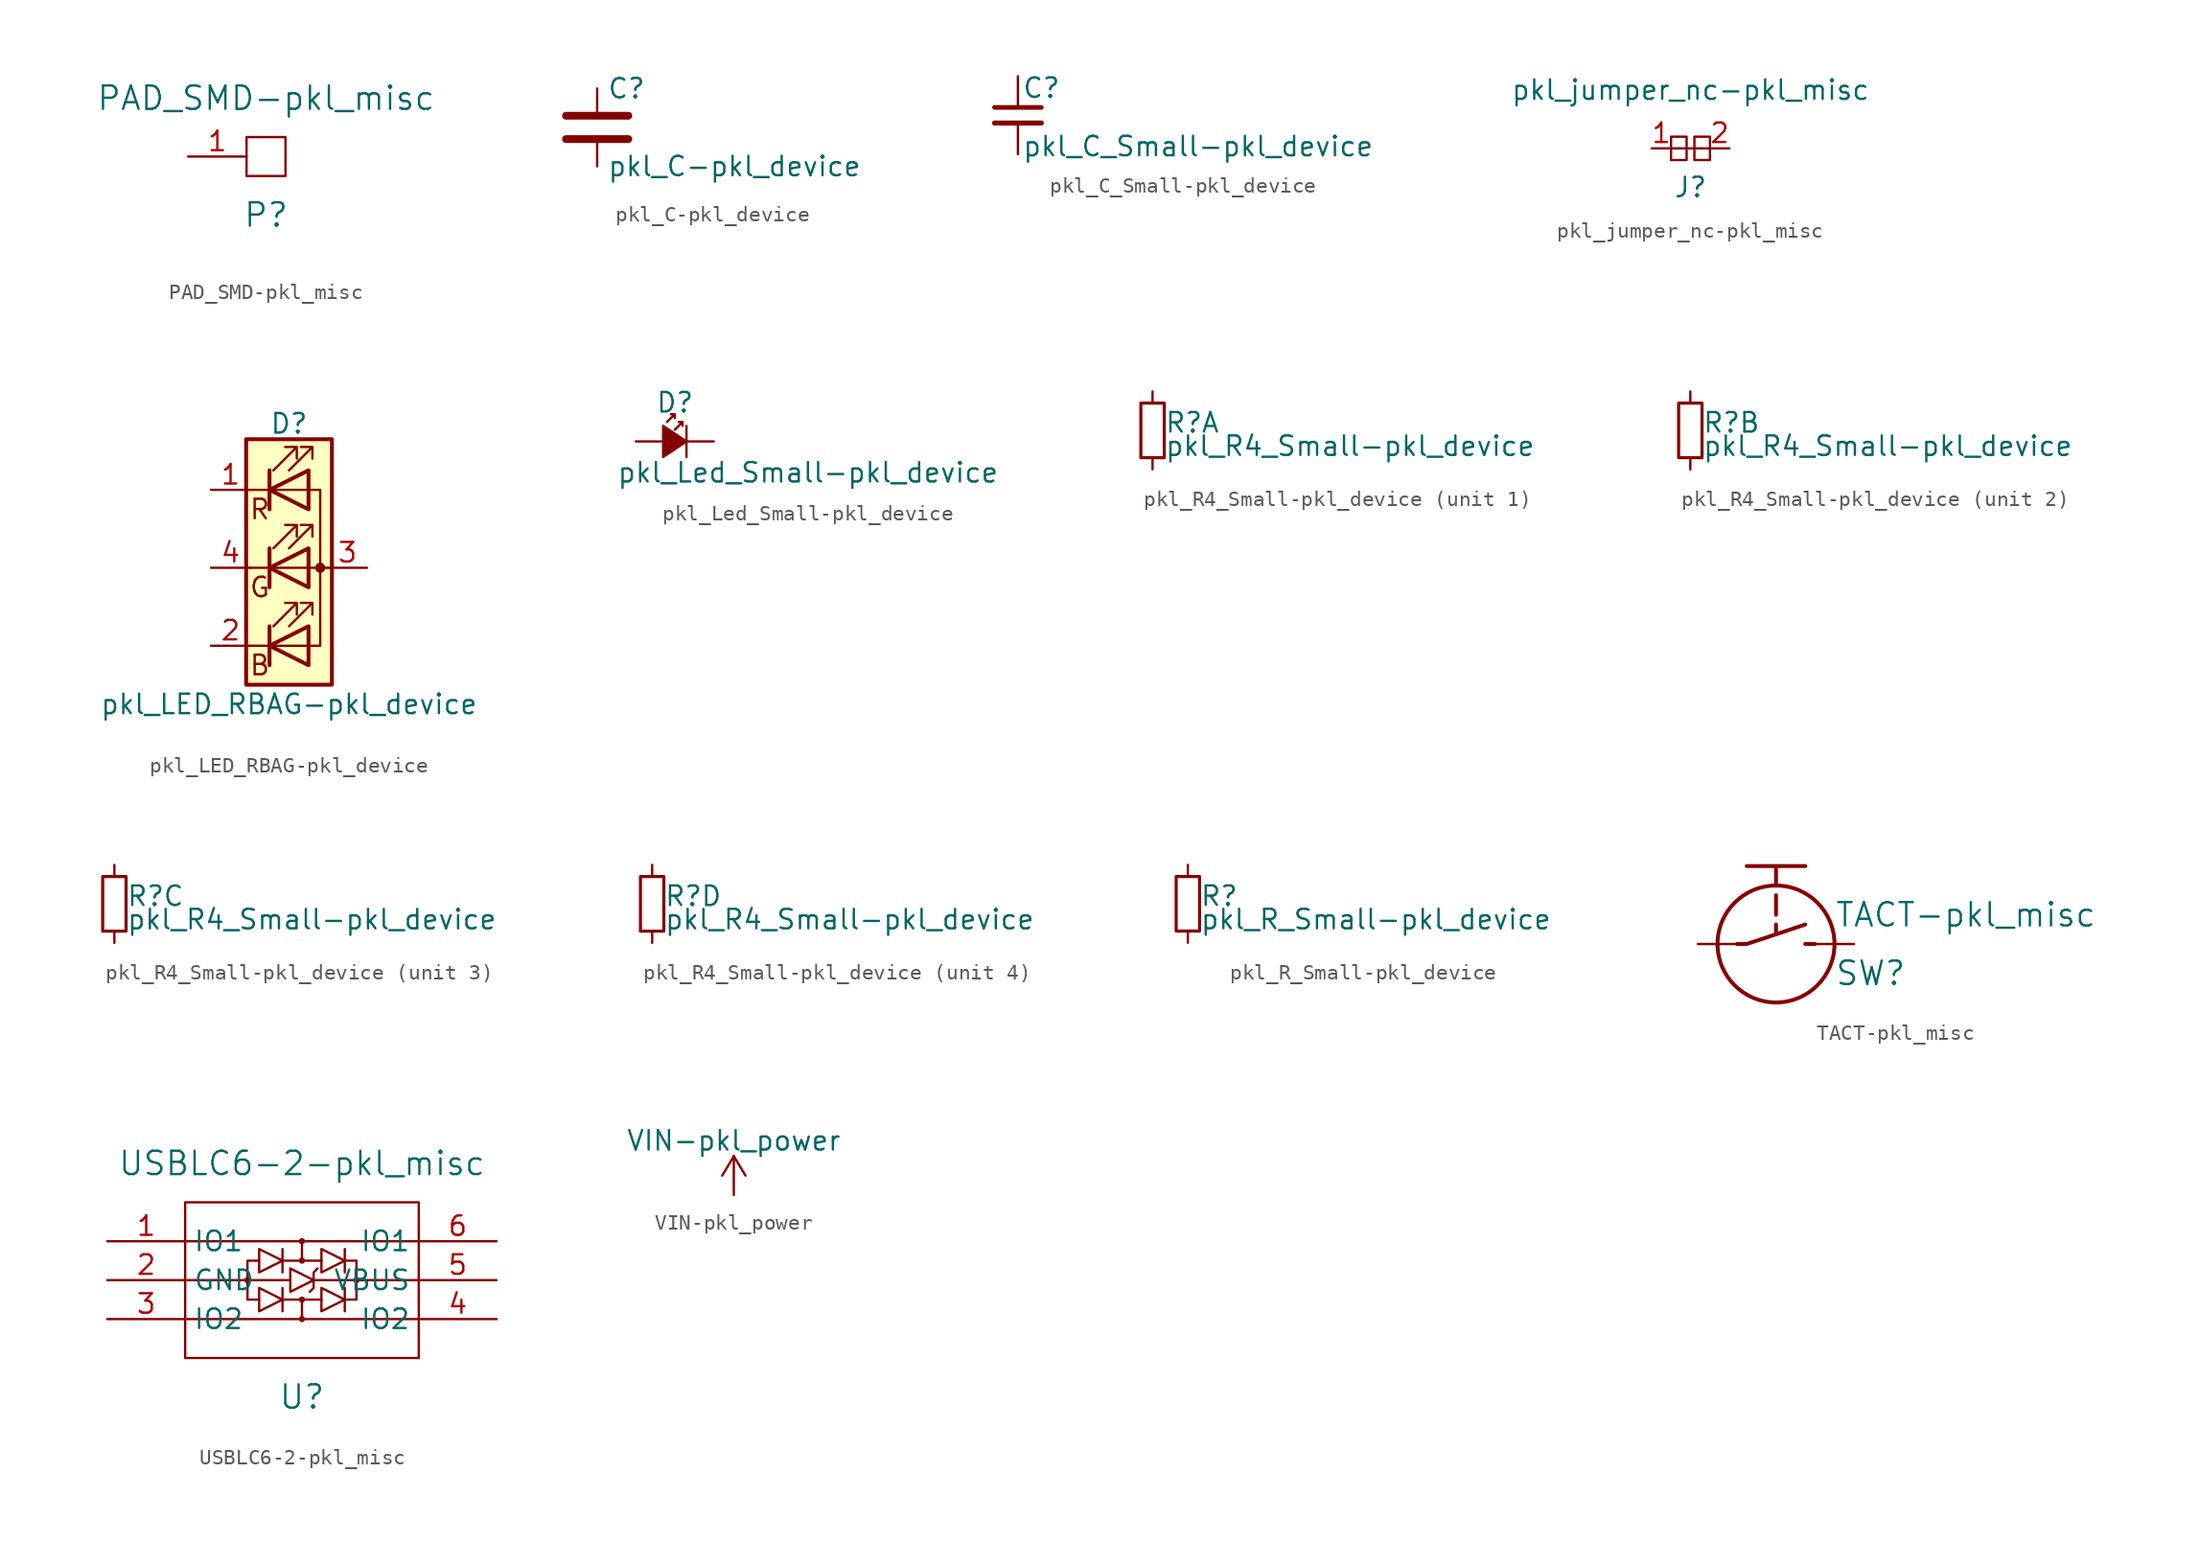
<source format=kicad_sym>
(kicad_symbol_lib
  (version 20201005)
  (generator kicad_symbol_editor)
  (symbol "led-clock:PAD_SMD-pkl_misc"
    (pin_names hide)
    (property "Reference" "P"
      (at 0 -3.81 0)
      (effects (font (size 1.524 1.524))))
    (property "Value" "PAD_SMD-pkl_misc"
      (at 0 3.81 0)
      (effects (font (size 1.524 1.524))))
    (property "Footprint" ""
      (at 0 -6.35 0)
      (effects (font (size 1.524 1.524))))
    (property "Datasheet" ""
      (at 0 -3.81 0)
      (effects (font (size 1.524 1.524))))
    (symbol "PAD_SMD-pkl_misc_0_1"
      (rectangle (start -1.27 1.27) (end 1.27 -1.27) (stroke (width 0)) (fill (type none))))
    (symbol "PAD_SMD-pkl_misc_1_1"
      (pin input line (at -5.08 0 0) (length 3.81) (name "PAD" (effects (font (size 1.27 1.27)))) (number "1" (effects (font (size 1.27 1.27)))))))
  (symbol "led-clock:pkl_C-pkl_device"
    (pin_numbers hide)
    (pin_names
      (offset 0.254))
    (property "Reference" "C"
      (at 0.635 2.54 0)
      (effects (font (size 1.27 1.27)) (justify left)))
    (property "Value" "pkl_C-pkl_device"
      (at 0.635 -2.54 0)
      (effects (font (size 1.27 1.27)) (justify left)))
    (property "Footprint" ""
      (at 0.965 -3.81 0)
      (effects (font (size 0.762 0.762))))
    (property "Datasheet" ""
      (at 0 0 0)
      (effects (font (size 1.524 1.524))))
    (symbol "pkl_C-pkl_device_0_1"
      (polyline (pts (xy -2.032 -0.762) (xy 2.032 -0.762)) (stroke (width 0.508)) (fill (type none)))
      (polyline (pts (xy -2.032 0.762) (xy 2.032 0.762)) (stroke (width 0.508)) (fill (type none))))
    (symbol "pkl_C-pkl_device_1_1"
      (pin passive line (at 0 2.54 270) (length 1.524) (name "~" (effects (font (size 1.016 1.016)))) (number "1" (effects (font (size 1.016 1.016)))))
      (pin passive line (at 0 -2.54 90) (length 1.524) (name "~" (effects (font (size 1.016 1.016)))) (number "2" (effects (font (size 1.016 1.016)))))))
  (symbol "led-clock:pkl_C_Small-pkl_device"
    (pin_numbers hide)
    (pin_names
      (offset 0.254) hide)
    (property "Reference" "C"
      (at 0.254 1.778 0)
      (effects (font (size 1.27 1.27)) (justify left)))
    (property "Value" "pkl_C_Small-pkl_device"
      (at 0.254 -2.032 0)
      (effects (font (size 1.27 1.27)) (justify left)))
    (property "Footprint" ""
      (at 0 0 0)
      (effects (font (size 1.524 1.524))))
    (property "Datasheet" ""
      (at 0 0 0)
      (effects (font (size 1.524 1.524))))
    (symbol "pkl_C_Small-pkl_device_0_1"
      (polyline (pts (xy -1.524 -0.508) (xy 1.524 -0.508)) (stroke (width 0.33)) (fill (type none)))
      (polyline (pts (xy -1.524 0.508) (xy 1.524 0.508)) (stroke (width 0.305)) (fill (type none))))
    (symbol "pkl_C_Small-pkl_device_1_1"
      (pin passive line (at 0 2.54 270) (length 1.905) (name "~" (effects (font (size 1.016 1.016)))) (number "1" (effects (font (size 1.016 1.016)))))
      (pin passive line (at 0 -2.54 90) (length 2.032) (name "~" (effects (font (size 1.016 1.016)))) (number "2" (effects (font (size 1.016 1.016)))))))
  (symbol "led-clock:pkl_jumper_nc-pkl_misc"
    (property "Reference" "J"
      (at 0 -2.54 0)
      (effects (font (size 1.27 1.27))))
    (property "Value" "pkl_jumper_nc-pkl_misc"
      (at 0 3.81 0)
      (effects (font (size 1.27 1.27))))
    (symbol "pkl_jumper_nc-pkl_misc_0_1"
      (polyline (pts (xy -1.27 0) (xy 1.27 0)) (stroke (width 0)) (fill (type none))))
    (symbol "pkl_jumper_nc-pkl_misc_1_1"
      (rectangle (start -1.27 0.762) (end -0.254 -0.762) (stroke (width 0)) (fill (type none)))
      (rectangle (start 0.254 0.762) (end 1.27 -0.762) (stroke (width 0)) (fill (type none)))
      (pin passive line (at -2.54 0 0) (length 1.27) (name "~" (effects (font (size 1.27 1.27)))) (number "1" (effects (font (size 1.27 1.27)))))
      (pin passive line (at 2.54 0 180) (length 1.27) (name "~" (effects (font (size 1.27 1.27)))) (number "2" (effects (font (size 1.27 1.27)))))))
  (symbol "led-clock:pkl_LED_RBAG-pkl_device"
    (pin_names
      (offset 0) hide)
    (property "Reference" "D"
      (at 0 9.398 0)
      (effects (font (size 1.27 1.27))))
    (property "Value" "pkl_LED_RBAG-pkl_device"
      (at 0 -8.89 0)
      (effects (font (size 1.27 1.27))))
    (symbol "pkl_LED_RBAG-pkl_device_0_0"
      (text "B" (at -1.905 -6.35 0) (effects (font (size 1.27 1.27))))
      (text "G" (at -1.905 -1.27 0) (effects (font (size 1.27 1.27))))
      (text "R" (at -1.905 3.81 0) (effects (font (size 1.27 1.27)))))
    (symbol "pkl_LED_RBAG-pkl_device_0_1"
      (circle (center 2.032 0) (radius 0.254) (stroke (width 0)) (fill (type outline)))
      (rectangle (start 1.27 -1.27) (end 1.27 1.27) (stroke (width 0)) (fill (type none)))
      (rectangle (start 1.27 1.27) (end 1.27 1.27) (stroke (width 0)) (fill (type none)))
      (rectangle (start 1.27 3.81) (end 1.27 6.35) (stroke (width 0)) (fill (type none)))
      (rectangle (start 1.27 6.35) (end 1.27 6.35) (stroke (width 0)) (fill (type none)))
      (rectangle (start 2.794 8.382) (end -2.794 -7.62) (stroke (width 0.254)) (fill (type background)))
      (polyline (pts (xy -1.27 -5.08) (xy -2.54 -5.08)) (stroke (width 0)) (fill (type none)))
      (polyline (pts (xy -1.27 -5.08) (xy 1.27 -5.08)) (stroke (width 0)) (fill (type none)))
      (polyline (pts (xy -1.27 -3.81) (xy -1.27 -6.35)) (stroke (width 0.254)) (fill (type none)))
      (polyline (pts (xy -1.27 0) (xy -2.54 0)) (stroke (width 0)) (fill (type none)))
      (polyline (pts (xy -1.27 1.27) (xy -1.27 -1.27)) (stroke (width 0.254)) (fill (type none)))
      (polyline (pts (xy -1.27 5.08) (xy -2.54 5.08)) (stroke (width 0)) (fill (type none)))
      (polyline (pts (xy -1.27 5.08) (xy 1.27 5.08)) (stroke (width 0)) (fill (type none)))
      (polyline (pts (xy -1.27 6.35) (xy -1.27 3.81)) (stroke (width 0.254)) (fill (type none)))
      (polyline (pts (xy 1.27 0) (xy -1.27 0)) (stroke (width 0)) (fill (type none)))
      (polyline (pts (xy 1.27 0) (xy 2.54 0)) (stroke (width 0)) (fill (type none)))
      (polyline (pts (xy -1.27 1.27) (xy -1.27 -1.27) (xy -1.27 -1.27)) (stroke (width 0)) (fill (type none)))
      (polyline (pts (xy -1.27 6.35) (xy -1.27 3.81) (xy -1.27 3.81)) (stroke (width 0)) (fill (type none)))
      (polyline (pts (xy 1.27 -5.08) (xy 2.032 -5.08) (xy 2.032 5.08) (xy 1.27 5.08)) (stroke (width 0)) (fill (type none)))
      (polyline (pts (xy 1.27 -3.81) (xy 1.27 -6.35) (xy -1.27 -5.08) (xy 1.27 -3.81)) (stroke (width 0.254)) (fill (type none)))
      (polyline (pts (xy 1.27 1.27) (xy 1.27 -1.27) (xy -1.27 0) (xy 1.27 1.27)) (stroke (width 0.254)) (fill (type none)))
      (polyline (pts (xy 1.27 6.35) (xy 1.27 3.81) (xy -1.27 5.08) (xy 1.27 6.35)) (stroke (width 0.254)) (fill (type none)))
      (polyline (pts (xy -1.016 -3.81) (xy 0.508 -2.286) (xy -0.254 -2.286) (xy 0.508 -2.286) (xy 0.508 -3.048)) (stroke (width 0)) (fill (type none)))
      (polyline (pts (xy -1.016 1.27) (xy 0.508 2.794) (xy -0.254 2.794) (xy 0.508 2.794) (xy 0.508 2.032)) (stroke (width 0)) (fill (type none)))
      (polyline (pts (xy -1.016 6.35) (xy 0.508 7.874) (xy -0.254 7.874) (xy 0.508 7.874) (xy 0.508 7.112)) (stroke (width 0)) (fill (type none)))
      (polyline (pts (xy 0 -3.81) (xy 1.524 -2.286) (xy 0.762 -2.286) (xy 1.524 -2.286) (xy 1.524 -3.048)) (stroke (width 0)) (fill (type none)))
      (polyline (pts (xy 0 1.27) (xy 1.524 2.794) (xy 0.762 2.794) (xy 1.524 2.794) (xy 1.524 2.032)) (stroke (width 0)) (fill (type none)))
      (polyline (pts (xy 0 6.35) (xy 1.524 7.874) (xy 0.762 7.874) (xy 1.524 7.874) (xy 1.524 7.112)) (stroke (width 0)) (fill (type none))))
    (symbol "pkl_LED_RBAG-pkl_device_1_1"
      (pin passive line (at -5.08 5.08 0) (length 2.54) (name "RK" (effects (font (size 1.27 1.27)))) (number "1" (effects (font (size 1.27 1.27)))))
      (pin passive line (at -5.08 -5.08 0) (length 2.54) (name "BK" (effects (font (size 1.27 1.27)))) (number "2" (effects (font (size 1.27 1.27)))))
      (pin passive line (at 5.08 0 180) (length 2.54) (name "A" (effects (font (size 1.27 1.27)))) (number "3" (effects (font (size 1.27 1.27)))))
      (pin passive line (at -5.08 0 0) (length 2.54) (name "GK" (effects (font (size 1.27 1.27)))) (number "4" (effects (font (size 1.27 1.27)))))))
  (symbol "led-clock:pkl_Led_Small-pkl_device"
    (pin_numbers hide)
    (pin_names
      (offset 0.254) hide)
    (property "Reference" "D"
      (at -1.27 2.54 0)
      (effects (font (size 1.27 1.27)) (justify left)))
    (property "Value" "pkl_Led_Small-pkl_device"
      (at -3.81 -2.032 0)
      (effects (font (size 1.27 1.27)) (justify left)))
    (property "Footprint" ""
      (at 0 0 90)
      (effects (font (size 1.524 1.524))))
    (property "Datasheet" ""
      (at 0 0 90)
      (effects (font (size 1.524 1.524))))
    (symbol "pkl_Led_Small-pkl_device_0_1"
      (polyline (pts (xy 0.762 -1.016) (xy 0.762 1.016)) (stroke (width 0)) (fill (type none)))
      (polyline (pts (xy -0.762 -1.016) (xy 0.762 0) (xy -0.762 1.016) (xy -0.762 -1.016)) (stroke (width 0)) (fill (type outline)))
      (polyline (pts (xy -0.508 1.27) (xy 0 1.778) (xy -0.254 1.778) (xy 0 1.778) (xy 0 1.524)) (stroke (width 0)) (fill (type none)))
      (polyline (pts (xy 0 0.762) (xy 0.508 1.27) (xy 0.254 1.27) (xy 0.508 1.27) (xy 0.508 1.016)) (stroke (width 0)) (fill (type none))))
    (symbol "pkl_Led_Small-pkl_device_1_1"
      (pin passive line (at -2.54 0 0) (length 1.778) (name "A" (effects (font (size 1.016 1.016)))) (number "A" (effects (font (size 1.016 1.016)))))
      (pin passive line (at 2.54 0 180) (length 1.778) (name "C" (effects (font (size 1.016 1.016)))) (number "C" (effects (font (size 1.016 1.016)))))))
  (symbol "led-clock:pkl_R4_Small-pkl_device"
    (pin_numbers hide)
    (pin_names
      (offset 0.254) hide)
    (property "Reference" "R"
      (at 0.762 0.508 0)
      (effects (font (size 1.27 1.27)) (justify left)))
    (property "Value" "pkl_R4_Small-pkl_device"
      (at 0.762 -1.016 0)
      (effects (font (size 1.27 1.27)) (justify left)))
    (property "Footprint" ""
      (at 0 0 0)
      (effects (font (size 1.524 1.524))))
    (property "Datasheet" ""
      (at 0 0 0)
      (effects (font (size 1.524 1.524))))
    (symbol "pkl_R4_Small-pkl_device_0_1"
      (rectangle (start -0.762 1.778) (end 0.762 -1.778) (stroke (width 0.203)) (fill (type none))))
    (symbol "pkl_R4_Small-pkl_device_1_1"
      (pin passive line (at 0 2.54 270) (length 0.762) (name "~" (effects (font (size 1.016 1.016)))) (number "1" (effects (font (size 1.016 1.016)))))
      (pin passive line (at 0 -2.54 90) (length 0.762) (name "~" (effects (font (size 1.016 1.016)))) (number "2" (effects (font (size 1.016 1.016))))))
    (symbol "pkl_R4_Small-pkl_device_2_1"
      (pin passive line (at 0 2.54 270) (length 0.762) (name "~" (effects (font (size 1.016 1.016)))) (number "3" (effects (font (size 1.016 1.016)))))
      (pin passive line (at 0 -2.54 90) (length 0.762) (name "~" (effects (font (size 1.016 1.016)))) (number "4" (effects (font (size 1.016 1.016))))))
    (symbol "pkl_R4_Small-pkl_device_3_1"
      (pin passive line (at 0 2.54 270) (length 0.762) (name "~" (effects (font (size 1.016 1.016)))) (number "5" (effects (font (size 1.016 1.016)))))
      (pin passive line (at 0 -2.54 90) (length 0.762) (name "~" (effects (font (size 1.016 1.016)))) (number "6" (effects (font (size 1.016 1.016))))))
    (symbol "pkl_R4_Small-pkl_device_4_1"
      (pin passive line (at 0 2.54 270) (length 0.762) (name "~" (effects (font (size 1.016 1.016)))) (number "7" (effects (font (size 1.016 1.016)))))
      (pin passive line (at 0 -2.54 90) (length 0.762) (name "~" (effects (font (size 1.016 1.016)))) (number "8" (effects (font (size 1.016 1.016)))))))
  (symbol "led-clock:pkl_R_Small-pkl_device"
    (pin_numbers hide)
    (pin_names
      (offset 0.254) hide)
    (property "Reference" "R"
      (at 0.762 0.508 0)
      (effects (font (size 1.27 1.27)) (justify left)))
    (property "Value" "pkl_R_Small-pkl_device"
      (at 0.762 -1.016 0)
      (effects (font (size 1.27 1.27)) (justify left)))
    (property "Footprint" ""
      (at 0 0 0)
      (effects (font (size 1.524 1.524))))
    (property "Datasheet" ""
      (at 0 0 0)
      (effects (font (size 1.524 1.524))))
    (symbol "pkl_R_Small-pkl_device_0_1"
      (rectangle (start -0.762 1.778) (end 0.762 -1.778) (stroke (width 0.203)) (fill (type none))))
    (symbol "pkl_R_Small-pkl_device_1_1"
      (pin passive line (at 0 2.54 270) (length 0.762) (name "~" (effects (font (size 1.016 1.016)))) (number "1" (effects (font (size 1.016 1.016)))))
      (pin passive line (at 0 -2.54 90) (length 0.762) (name "~" (effects (font (size 1.016 1.016)))) (number "2" (effects (font (size 1.016 1.016)))))))
  (symbol "led-clock:TACT-pkl_misc"
    (pin_numbers hide)
    (pin_names hide)
    (property "Reference" "SW"
      (at 3.81 -1.905 0)
      (effects (font (size 1.524 1.524)) (justify left)))
    (property "Value" "TACT-pkl_misc"
      (at 3.81 1.905 0)
      (effects (font (size 1.524 1.524)) (justify left)))
    (property "Footprint" ""
      (at 0 -0.635 0)
      (effects (font (size 1.524 1.524))))
    (property "Datasheet" ""
      (at 0 -0.635 0)
      (effects (font (size 1.524 1.524))))
    (symbol "TACT-pkl_misc_0_1"
      (circle (center 0 0) (radius 3.81) (stroke (width 0.254)) (fill (type none)))
      (polyline (pts (xy -1.905 5.08) (xy 1.905 5.08)) (stroke (width 0.254)) (fill (type none)))
      (polyline (pts (xy 0 0.635) (xy 0 1.27)) (stroke (width 0.254)) (fill (type none)))
      (polyline (pts (xy 0 1.905) (xy 0 3.175)) (stroke (width 0.254)) (fill (type none)))
      (polyline (pts (xy 0 3.81) (xy 0 5.08)) (stroke (width 0.254)) (fill (type none)))
      (polyline (pts (xy 2.54 0) (xy 1.905 0)) (stroke (width 0.254)) (fill (type none)))
      (polyline (pts (xy -2.54 0) (xy -1.905 0) (xy 1.905 1.27)) (stroke (width 0.254)) (fill (type none))))
    (symbol "TACT-pkl_misc_1_1"
      (pin passive line (at -5.08 0 0) (length 2.54) (name "~" (effects (font (size 1.27 1.27)))) (number "1" (effects (font (size 1.27 1.27)))))
      (pin passive line (at 5.08 0 180) (length 2.54) (name "~" (effects (font (size 1.27 1.27)))) (number "2" (effects (font (size 1.27 1.27)))))))
  (symbol "led-clock:USBLC6-2-pkl_misc"
    (property "Reference" "U"
      (at 0 -7.62 0)
      (effects (font (size 1.524 1.524))))
    (property "Value" "USBLC6-2-pkl_misc"
      (at 0 7.62 0)
      (effects (font (size 1.524 1.524))))
    (property "Footprint" ""
      (at 0 0 0)
      (effects (font (size 1.524 1.524))))
    (property "Datasheet" ""
      (at 0 0 0)
      (effects (font (size 1.524 1.524))))
    (symbol "USBLC6-2-pkl_misc_0_1"
      (circle (center -3.556 0) (radius 0.127) (stroke (width 0)) (fill (type none)))
      (circle (center 0 -2.54) (radius 0.127) (stroke (width 0)) (fill (type none)))
      (circle (center 0 -1.27) (radius 0.127) (stroke (width 0)) (fill (type none)))
      (circle (center 0 1.27) (radius 0.127) (stroke (width 0)) (fill (type none)))
      (circle (center 0 2.54) (radius 0.127) (stroke (width 0)) (fill (type none)))
      (circle (center 3.556 0) (radius 0.127) (stroke (width 0)) (fill (type none)))
      (rectangle (start -7.62 5.08) (end 7.62 -5.08) (stroke (width 0)) (fill (type none)))
      (polyline (pts (xy -7.62 -2.54) (xy 7.62 -2.54)) (stroke (width 0)) (fill (type none)))
      (polyline (pts (xy -7.62 0) (xy -0.762 0)) (stroke (width 0)) (fill (type none)))
      (polyline (pts (xy -7.62 2.54) (xy 7.62 2.54)) (stroke (width 0)) (fill (type none)))
      (polyline (pts (xy -1.27 -1.27) (xy 1.27 -1.27)) (stroke (width 0)) (fill (type none)))
      (polyline (pts (xy -1.27 -0.508) (xy -1.27 -2.032)) (stroke (width 0)) (fill (type none)))
      (polyline (pts (xy -1.27 0.508) (xy -1.27 2.032)) (stroke (width 0)) (fill (type none)))
      (polyline (pts (xy -1.27 1.27) (xy 1.27 1.27)) (stroke (width 0)) (fill (type none)))
      (polyline (pts (xy 0 -1.27) (xy 0 -2.54)) (stroke (width 0)) (fill (type none)))
      (polyline (pts (xy 0 1.27) (xy 0 2.54)) (stroke (width 0)) (fill (type none)))
      (polyline (pts (xy 0.762 0) (xy 7.62 0)) (stroke (width 0)) (fill (type none)))
      (polyline (pts (xy 2.794 -0.508) (xy 2.794 -2.032)) (stroke (width 0)) (fill (type none)))
      (polyline (pts (xy 2.794 2.032) (xy 2.794 0.508)) (stroke (width 0)) (fill (type none)))
      (polyline (pts (xy -3.556 0) (xy -3.556 -1.27) (xy -2.794 -1.27)) (stroke (width 0)) (fill (type none)))
      (polyline (pts (xy -2.794 1.27) (xy -3.556 1.27) (xy -3.556 0)) (stroke (width 0)) (fill (type none)))
      (polyline (pts (xy 2.794 -1.27) (xy 3.556 -1.27) (xy 3.556 0)) (stroke (width 0)) (fill (type none)))
      (polyline (pts (xy 2.794 1.27) (xy 3.556 1.27) (xy 3.556 0)) (stroke (width 0)) (fill (type none)))
      (polyline (pts (xy -2.794 -0.508) (xy -2.794 -2.032) (xy -1.27 -1.27) (xy -2.794 -0.508)) (stroke (width 0)) (fill (type none)))
      (polyline (pts (xy -2.794 0.508) (xy -1.27 1.27) (xy -2.794 2.032) (xy -2.794 0.508)) (stroke (width 0)) (fill (type none)))
      (polyline (pts (xy -0.762 0.762) (xy -0.762 -0.762) (xy 0.762 0) (xy -0.762 0.762)) (stroke (width 0)) (fill (type none)))
      (polyline (pts (xy 0.508 -0.762) (xy 0.762 -0.508) (xy 0.762 0.508) (xy 1.016 0.762)) (stroke (width 0)) (fill (type none)))
      (polyline (pts (xy 1.27 -0.508) (xy 2.794 -1.27) (xy 1.27 -2.032) (xy 1.27 -0.508)) (stroke (width 0)) (fill (type none)))
      (polyline (pts (xy 1.27 2.032) (xy 1.27 0.508) (xy 2.794 1.27) (xy 1.27 2.032)) (stroke (width 0)) (fill (type none))))
    (symbol "USBLC6-2-pkl_misc_1_1"
      (pin bidirectional line (at -12.7 2.54 0) (length 5.08) (name "IO1" (effects (font (size 1.27 1.27)))) (number "1" (effects (font (size 1.27 1.27)))))
      (pin power_in line (at -12.7 0 0) (length 5.08) (name "GND" (effects (font (size 1.27 1.27)))) (number "2" (effects (font (size 1.27 1.27)))))
      (pin bidirectional line (at -12.7 -2.54 0) (length 5.08) (name "IO2" (effects (font (size 1.27 1.27)))) (number "3" (effects (font (size 1.27 1.27)))))
      (pin bidirectional line (at 12.7 -2.54 180) (length 5.08) (name "IO2" (effects (font (size 1.27 1.27)))) (number "4" (effects (font (size 1.27 1.27)))))
      (pin power_in line (at 12.7 0 180) (length 5.08) (name "VBUS" (effects (font (size 1.27 1.27)))) (number "5" (effects (font (size 1.27 1.27)))))
      (pin bidirectional line (at 12.7 2.54 180) (length 5.08) (name "IO1" (effects (font (size 1.27 1.27)))) (number "6" (effects (font (size 1.27 1.27)))))))
  (symbol "led-clock:VIN-pkl_power"
    (power)
    (pin_names
      (offset 0))
    (property "Reference" "#PWR"
      (at 0 -3.81 0)
      (effects (font (size 1.27 1.27)) hide))
    (property "Value" "VIN-pkl_power"
      (at 0 3.556 0)
      (effects (font (size 1.27 1.27))))
    (symbol "VIN-pkl_power_0_1"
      (polyline (pts (xy -0.762 1.27) (xy 0 2.54)) (stroke (width 0)) (fill (type none)))
      (polyline (pts (xy 0 0) (xy 0 2.54)) (stroke (width 0)) (fill (type none)))
      (polyline (pts (xy 0 2.54) (xy 0.762 1.27)) (stroke (width 0)) (fill (type none))))
    (symbol "VIN-pkl_power_1_1"
      (pin power_in line (at 0 0 90) (length 0) hide (name "VIN" (effects (font (size 1.27 1.27)))) (number "1" (effects (font (size 1.27 1.27))))))))
</source>
